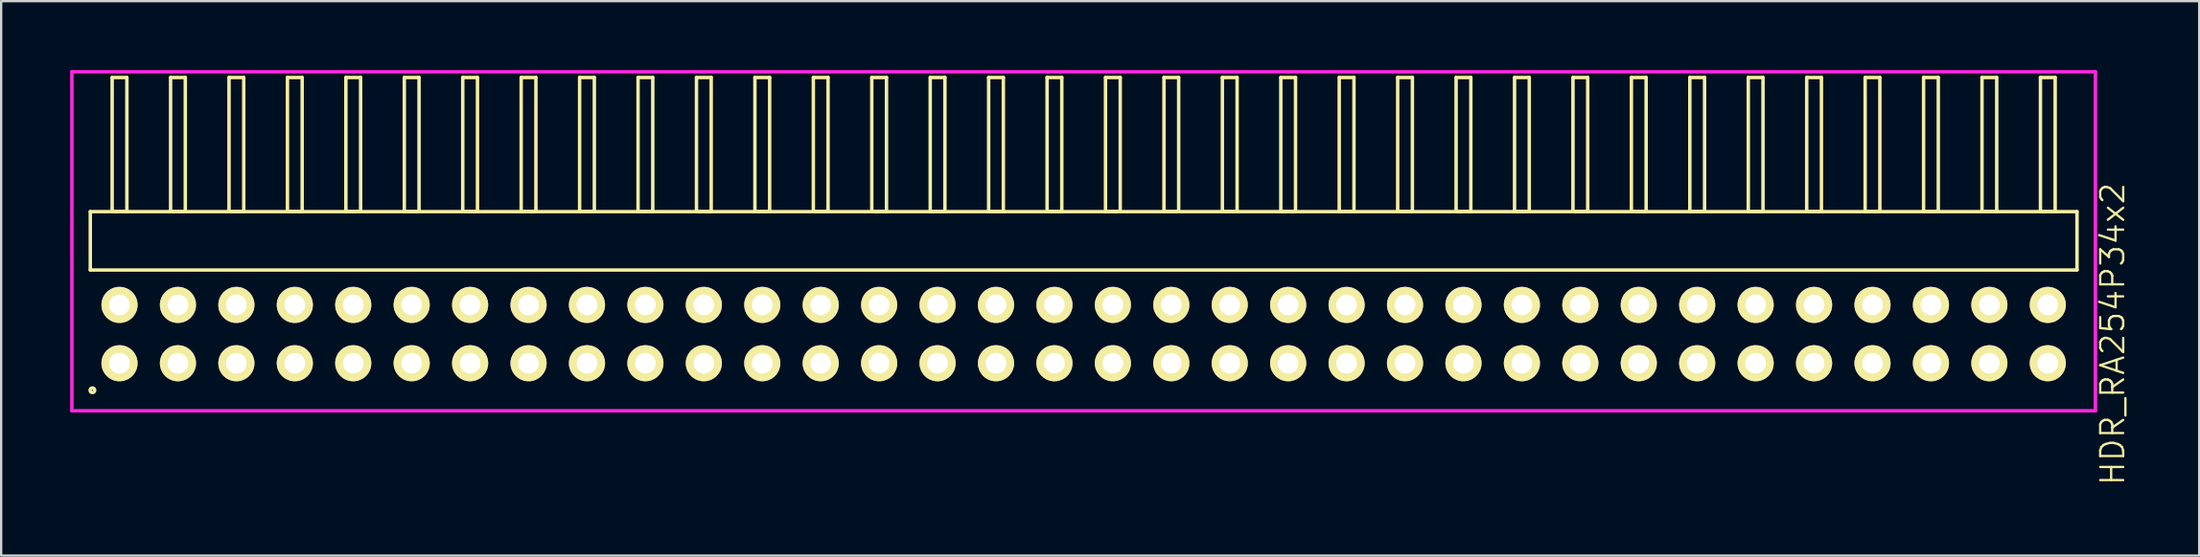
<source format=kicad_pcb>
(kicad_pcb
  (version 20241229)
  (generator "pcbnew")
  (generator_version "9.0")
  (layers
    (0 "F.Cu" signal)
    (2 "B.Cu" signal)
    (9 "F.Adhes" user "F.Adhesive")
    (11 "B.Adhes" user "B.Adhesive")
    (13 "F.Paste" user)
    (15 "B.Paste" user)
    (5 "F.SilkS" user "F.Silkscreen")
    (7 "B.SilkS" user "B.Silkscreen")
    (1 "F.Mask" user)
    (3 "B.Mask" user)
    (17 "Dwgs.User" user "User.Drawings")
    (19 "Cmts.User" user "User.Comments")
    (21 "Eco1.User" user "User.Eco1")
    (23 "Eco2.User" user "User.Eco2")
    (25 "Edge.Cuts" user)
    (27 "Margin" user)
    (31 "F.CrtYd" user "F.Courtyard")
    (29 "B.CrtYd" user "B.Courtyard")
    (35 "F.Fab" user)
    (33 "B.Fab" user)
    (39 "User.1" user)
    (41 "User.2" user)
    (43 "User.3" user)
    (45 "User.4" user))
  (footprint "HDR_RA254P34x2"
    (layer "F.Cu")
    (at 44.055 11.495)
    (property "Reference" "HDR_RA254P34x2" (at 44.73 0 90) (layer "F.SilkS") (effects (font (size 1 1) (thickness 0.1))))
    (attr through_hole)
    (fp_line (start -43.18 -5.33) (end -43.18 -2.79) (stroke (width 0.15) (type solid)) (layer "F.SilkS"))
    (fp_line (start -43.18 -2.79) (end 43.18 -2.79) (stroke (width 0.15) (type solid)) (layer "F.SilkS"))
    (fp_line (start -42.23 -11.17) (end -42.23 -5.33) (stroke (width 0.15) (type solid)) (layer "F.SilkS"))
    (fp_line (start -42.23 -5.33) (end -41.59 -5.33) (stroke (width 0.15) (type solid)) (layer "F.SilkS"))
    (fp_line (start -41.59 -11.17) (end -42.23 -11.17) (stroke (width 0.15) (type solid)) (layer "F.SilkS"))
    (fp_line (start -41.59 -5.33) (end -41.59 -11.17) (stroke (width 0.15) (type solid)) (layer "F.SilkS"))
    (fp_line (start -39.69 -11.17) (end -39.69 -5.33) (stroke (width 0.15) (type solid)) (layer "F.SilkS"))
    (fp_line (start -39.69 -5.33) (end -39.05 -5.33) (stroke (width 0.15) (type solid)) (layer "F.SilkS"))
    (fp_line (start -39.05 -11.17) (end -39.69 -11.17) (stroke (width 0.15) (type solid)) (layer "F.SilkS"))
    (fp_line (start -39.05 -5.33) (end -39.05 -11.17) (stroke (width 0.15) (type solid)) (layer "F.SilkS"))
    (fp_line (start -37.15 -11.17) (end -37.15 -5.33) (stroke (width 0.15) (type solid)) (layer "F.SilkS"))
    (fp_line (start -37.15 -5.33) (end -36.51 -5.33) (stroke (width 0.15) (type solid)) (layer "F.SilkS"))
    (fp_line (start -36.51 -11.17) (end -37.15 -11.17) (stroke (width 0.15) (type solid)) (layer "F.SilkS"))
    (fp_line (start -36.51 -5.33) (end -36.51 -11.17) (stroke (width 0.15) (type solid)) (layer "F.SilkS"))
    (fp_line (start -34.61 -11.17) (end -34.61 -5.33) (stroke (width 0.15) (type solid)) (layer "F.SilkS"))
    (fp_line (start -34.61 -5.33) (end -33.97 -5.33) (stroke (width 0.15) (type solid)) (layer "F.SilkS"))
    (fp_line (start -33.97 -11.17) (end -34.61 -11.17) (stroke (width 0.15) (type solid)) (layer "F.SilkS"))
    (fp_line (start -33.97 -5.33) (end -33.97 -11.17) (stroke (width 0.15) (type solid)) (layer "F.SilkS"))
    (fp_line (start -32.07 -11.17) (end -32.07 -5.33) (stroke (width 0.15) (type solid)) (layer "F.SilkS"))
    (fp_line (start -32.07 -5.33) (end -31.43 -5.33) (stroke (width 0.15) (type solid)) (layer "F.SilkS"))
    (fp_line (start -31.43 -11.17) (end -32.07 -11.17) (stroke (width 0.15) (type solid)) (layer "F.SilkS"))
    (fp_line (start -31.43 -5.33) (end -31.43 -11.17) (stroke (width 0.15) (type solid)) (layer "F.SilkS"))
    (fp_line (start -29.53 -11.17) (end -29.53 -5.33) (stroke (width 0.15) (type solid)) (layer "F.SilkS"))
    (fp_line (start -29.53 -5.33) (end -28.89 -5.33) (stroke (width 0.15) (type solid)) (layer "F.SilkS"))
    (fp_line (start -28.89 -11.17) (end -29.53 -11.17) (stroke (width 0.15) (type solid)) (layer "F.SilkS"))
    (fp_line (start -28.89 -5.33) (end -28.89 -11.17) (stroke (width 0.15) (type solid)) (layer "F.SilkS"))
    (fp_line (start -26.99 -11.17) (end -26.99 -5.33) (stroke (width 0.15) (type solid)) (layer "F.SilkS"))
    (fp_line (start -26.99 -5.33) (end -26.35 -5.33) (stroke (width 0.15) (type solid)) (layer "F.SilkS"))
    (fp_line (start -26.35 -11.17) (end -26.99 -11.17) (stroke (width 0.15) (type solid)) (layer "F.SilkS"))
    (fp_line (start -26.35 -5.33) (end -26.35 -11.17) (stroke (width 0.15) (type solid)) (layer "F.SilkS"))
    (fp_line (start -24.45 -11.17) (end -24.45 -5.33) (stroke (width 0.15) (type solid)) (layer "F.SilkS"))
    (fp_line (start -24.45 -5.33) (end -23.81 -5.33) (stroke (width 0.15) (type solid)) (layer "F.SilkS"))
    (fp_line (start -23.81 -11.17) (end -24.45 -11.17) (stroke (width 0.15) (type solid)) (layer "F.SilkS"))
    (fp_line (start -23.81 -5.33) (end -23.81 -11.17) (stroke (width 0.15) (type solid)) (layer "F.SilkS"))
    (fp_line (start -21.91 -11.17) (end -21.91 -5.33) (stroke (width 0.15) (type solid)) (layer "F.SilkS"))
    (fp_line (start -21.91 -5.33) (end -21.27 -5.33) (stroke (width 0.15) (type solid)) (layer "F.SilkS"))
    (fp_line (start -21.27 -11.17) (end -21.91 -11.17) (stroke (width 0.15) (type solid)) (layer "F.SilkS"))
    (fp_line (start -21.27 -5.33) (end -21.27 -11.17) (stroke (width 0.15) (type solid)) (layer "F.SilkS"))
    (fp_line (start -19.37 -11.17) (end -19.37 -5.33) (stroke (width 0.15) (type solid)) (layer "F.SilkS"))
    (fp_line (start -19.37 -5.33) (end -18.73 -5.33) (stroke (width 0.15) (type solid)) (layer "F.SilkS"))
    (fp_line (start -18.73 -11.17) (end -19.37 -11.17) (stroke (width 0.15) (type solid)) (layer "F.SilkS"))
    (fp_line (start -18.73 -5.33) (end -18.73 -11.17) (stroke (width 0.15) (type solid)) (layer "F.SilkS"))
    (fp_line (start -16.83 -11.17) (end -16.83 -5.33) (stroke (width 0.15) (type solid)) (layer "F.SilkS"))
    (fp_line (start -16.83 -5.33) (end -16.19 -5.33) (stroke (width 0.15) (type solid)) (layer "F.SilkS"))
    (fp_line (start -16.19 -11.17) (end -16.83 -11.17) (stroke (width 0.15) (type solid)) (layer "F.SilkS"))
    (fp_line (start -16.19 -5.33) (end -16.19 -11.17) (stroke (width 0.15) (type solid)) (layer "F.SilkS"))
    (fp_line (start -14.29 -11.17) (end -14.29 -5.33) (stroke (width 0.15) (type solid)) (layer "F.SilkS"))
    (fp_line (start -14.29 -5.33) (end -13.65 -5.33) (stroke (width 0.15) (type solid)) (layer "F.SilkS"))
    (fp_line (start -13.65 -11.17) (end -14.29 -11.17) (stroke (width 0.15) (type solid)) (layer "F.SilkS"))
    (fp_line (start -13.65 -5.33) (end -13.65 -11.17) (stroke (width 0.15) (type solid)) (layer "F.SilkS"))
    (fp_line (start -11.75 -11.17) (end -11.75 -5.33) (stroke (width 0.15) (type solid)) (layer "F.SilkS"))
    (fp_line (start -11.75 -5.33) (end -11.11 -5.33) (stroke (width 0.15) (type solid)) (layer "F.SilkS"))
    (fp_line (start -11.11 -11.17) (end -11.75 -11.17) (stroke (width 0.15) (type solid)) (layer "F.SilkS"))
    (fp_line (start -11.11 -5.33) (end -11.11 -11.17) (stroke (width 0.15) (type solid)) (layer "F.SilkS"))
    (fp_line (start -9.21 -11.17) (end -9.21 -5.33) (stroke (width 0.15) (type solid)) (layer "F.SilkS"))
    (fp_line (start -9.21 -5.33) (end -8.57 -5.33) (stroke (width 0.15) (type solid)) (layer "F.SilkS"))
    (fp_line (start -8.57 -11.17) (end -9.21 -11.17) (stroke (width 0.15) (type solid)) (layer "F.SilkS"))
    (fp_line (start -8.57 -5.33) (end -8.57 -11.17) (stroke (width 0.15) (type solid)) (layer "F.SilkS"))
    (fp_line (start -6.67 -11.17) (end -6.67 -5.33) (stroke (width 0.15) (type solid)) (layer "F.SilkS"))
    (fp_line (start -6.67 -5.33) (end -6.03 -5.33) (stroke (width 0.15) (type solid)) (layer "F.SilkS"))
    (fp_line (start -6.03 -11.17) (end -6.67 -11.17) (stroke (width 0.15) (type solid)) (layer "F.SilkS"))
    (fp_line (start -6.03 -5.33) (end -6.03 -11.17) (stroke (width 0.15) (type solid)) (layer "F.SilkS"))
    (fp_line (start -4.13 -11.17) (end -4.13 -5.33) (stroke (width 0.15) (type solid)) (layer "F.SilkS"))
    (fp_line (start -4.13 -5.33) (end -3.49 -5.33) (stroke (width 0.15) (type solid)) (layer "F.SilkS"))
    (fp_line (start -3.49 -11.17) (end -4.13 -11.17) (stroke (width 0.15) (type solid)) (layer "F.SilkS"))
    (fp_line (start -3.49 -5.33) (end -3.49 -11.17) (stroke (width 0.15) (type solid)) (layer "F.SilkS"))
    (fp_line (start -1.59 -11.17) (end -1.59 -5.33) (stroke (width 0.15) (type solid)) (layer "F.SilkS"))
    (fp_line (start -1.59 -5.33) (end -0.95 -5.33) (stroke (width 0.15) (type solid)) (layer "F.SilkS"))
    (fp_line (start -0.95 -11.17) (end -1.59 -11.17) (stroke (width 0.15) (type solid)) (layer "F.SilkS"))
    (fp_line (start -0.95 -5.33) (end -0.95 -11.17) (stroke (width 0.15) (type solid)) (layer "F.SilkS"))
    (fp_line (start 0.95 -11.17) (end 0.95 -5.33) (stroke (width 0.15) (type solid)) (layer "F.SilkS"))
    (fp_line (start 0.95 -5.33) (end 1.59 -5.33) (stroke (width 0.15) (type solid)) (layer "F.SilkS"))
    (fp_line (start 1.59 -11.17) (end 0.95 -11.17) (stroke (width 0.15) (type solid)) (layer "F.SilkS"))
    (fp_line (start 1.59 -5.33) (end 1.59 -11.17) (stroke (width 0.15) (type solid)) (layer "F.SilkS"))
    (fp_line (start 3.49 -11.17) (end 3.49 -5.33) (stroke (width 0.15) (type solid)) (layer "F.SilkS"))
    (fp_line (start 3.49 -5.33) (end 4.13 -5.33) (stroke (width 0.15) (type solid)) (layer "F.SilkS"))
    (fp_line (start 4.13 -11.17) (end 3.49 -11.17) (stroke (width 0.15) (type solid)) (layer "F.SilkS"))
    (fp_line (start 4.13 -5.33) (end 4.13 -11.17) (stroke (width 0.15) (type solid)) (layer "F.SilkS"))
    (fp_line (start 6.03 -11.17) (end 6.03 -5.33) (stroke (width 0.15) (type solid)) (layer "F.SilkS"))
    (fp_line (start 6.03 -5.33) (end 6.67 -5.33) (stroke (width 0.15) (type solid)) (layer "F.SilkS"))
    (fp_line (start 6.67 -11.17) (end 6.03 -11.17) (stroke (width 0.15) (type solid)) (layer "F.SilkS"))
    (fp_line (start 6.67 -5.33) (end 6.67 -11.17) (stroke (width 0.15) (type solid)) (layer "F.SilkS"))
    (fp_line (start 8.57 -11.17) (end 8.57 -5.33) (stroke (width 0.15) (type solid)) (layer "F.SilkS"))
    (fp_line (start 8.57 -5.33) (end 9.21 -5.33) (stroke (width 0.15) (type solid)) (layer "F.SilkS"))
    (fp_line (start 9.21 -11.17) (end 8.57 -11.17) (stroke (width 0.15) (type solid)) (layer "F.SilkS"))
    (fp_line (start 9.21 -5.33) (end 9.21 -11.17) (stroke (width 0.15) (type solid)) (layer "F.SilkS"))
    (fp_line (start 11.11 -11.17) (end 11.11 -5.33) (stroke (width 0.15) (type solid)) (layer "F.SilkS"))
    (fp_line (start 11.11 -5.33) (end 11.75 -5.33) (stroke (width 0.15) (type solid)) (layer "F.SilkS"))
    (fp_line (start 11.75 -11.17) (end 11.11 -11.17) (stroke (width 0.15) (type solid)) (layer "F.SilkS"))
    (fp_line (start 11.75 -5.33) (end 11.75 -11.17) (stroke (width 0.15) (type solid)) (layer "F.SilkS"))
    (fp_line (start 13.65 -11.17) (end 13.65 -5.33) (stroke (width 0.15) (type solid)) (layer "F.SilkS"))
    (fp_line (start 13.65 -5.33) (end 14.29 -5.33) (stroke (width 0.15) (type solid)) (layer "F.SilkS"))
    (fp_line (start 14.29 -11.17) (end 13.65 -11.17) (stroke (width 0.15) (type solid)) (layer "F.SilkS"))
    (fp_line (start 14.29 -5.33) (end 14.29 -11.17) (stroke (width 0.15) (type solid)) (layer "F.SilkS"))
    (fp_line (start 16.19 -11.17) (end 16.19 -5.33) (stroke (width 0.15) (type solid)) (layer "F.SilkS"))
    (fp_line (start 16.19 -5.33) (end 16.83 -5.33) (stroke (width 0.15) (type solid)) (layer "F.SilkS"))
    (fp_line (start 16.83 -11.17) (end 16.19 -11.17) (stroke (width 0.15) (type solid)) (layer "F.SilkS"))
    (fp_line (start 16.83 -5.33) (end 16.83 -11.17) (stroke (width 0.15) (type solid)) (layer "F.SilkS"))
    (fp_line (start 18.73 -11.17) (end 18.73 -5.33) (stroke (width 0.15) (type solid)) (layer "F.SilkS"))
    (fp_line (start 18.73 -5.33) (end 19.37 -5.33) (stroke (width 0.15) (type solid)) (layer "F.SilkS"))
    (fp_line (start 19.37 -11.17) (end 18.73 -11.17) (stroke (width 0.15) (type solid)) (layer "F.SilkS"))
    (fp_line (start 19.37 -5.33) (end 19.37 -11.17) (stroke (width 0.15) (type solid)) (layer "F.SilkS"))
    (fp_line (start 21.27 -11.17) (end 21.27 -5.33) (stroke (width 0.15) (type solid)) (layer "F.SilkS"))
    (fp_line (start 21.27 -5.33) (end 21.91 -5.33) (stroke (width 0.15) (type solid)) (layer "F.SilkS"))
    (fp_line (start 21.91 -11.17) (end 21.27 -11.17) (stroke (width 0.15) (type solid)) (layer "F.SilkS"))
    (fp_line (start 21.91 -5.33) (end 21.91 -11.17) (stroke (width 0.15) (type solid)) (layer "F.SilkS"))
    (fp_line (start 23.81 -11.17) (end 23.81 -5.33) (stroke (width 0.15) (type solid)) (layer "F.SilkS"))
    (fp_line (start 23.81 -5.33) (end 24.45 -5.33) (stroke (width 0.15) (type solid)) (layer "F.SilkS"))
    (fp_line (start 24.45 -11.17) (end 23.81 -11.17) (stroke (width 0.15) (type solid)) (layer "F.SilkS"))
    (fp_line (start 24.45 -5.33) (end 24.45 -11.17) (stroke (width 0.15) (type solid)) (layer "F.SilkS"))
    (fp_line (start 26.35 -11.17) (end 26.35 -5.33) (stroke (width 0.15) (type solid)) (layer "F.SilkS"))
    (fp_line (start 26.35 -5.33) (end 26.99 -5.33) (stroke (width 0.15) (type solid)) (layer "F.SilkS"))
    (fp_line (start 26.99 -11.17) (end 26.35 -11.17) (stroke (width 0.15) (type solid)) (layer "F.SilkS"))
    (fp_line (start 26.99 -5.33) (end 26.99 -11.17) (stroke (width 0.15) (type solid)) (layer "F.SilkS"))
    (fp_line (start 28.89 -11.17) (end 28.89 -5.33) (stroke (width 0.15) (type solid)) (layer "F.SilkS"))
    (fp_line (start 28.89 -5.33) (end 29.53 -5.33) (stroke (width 0.15) (type solid)) (layer "F.SilkS"))
    (fp_line (start 29.53 -11.17) (end 28.89 -11.17) (stroke (width 0.15) (type solid)) (layer "F.SilkS"))
    (fp_line (start 29.53 -5.33) (end 29.53 -11.17) (stroke (width 0.15) (type solid)) (layer "F.SilkS"))
    (fp_line (start 31.43 -11.17) (end 31.43 -5.33) (stroke (width 0.15) (type solid)) (layer "F.SilkS"))
    (fp_line (start 31.43 -5.33) (end 32.07 -5.33) (stroke (width 0.15) (type solid)) (layer "F.SilkS"))
    (fp_line (start 32.07 -11.17) (end 31.43 -11.17) (stroke (width 0.15) (type solid)) (layer "F.SilkS"))
    (fp_line (start 32.07 -5.33) (end 32.07 -11.17) (stroke (width 0.15) (type solid)) (layer "F.SilkS"))
    (fp_line (start 33.97 -11.17) (end 33.97 -5.33) (stroke (width 0.15) (type solid)) (layer "F.SilkS"))
    (fp_line (start 33.97 -5.33) (end 34.61 -5.33) (stroke (width 0.15) (type solid)) (layer "F.SilkS"))
    (fp_line (start 34.61 -11.17) (end 33.97 -11.17) (stroke (width 0.15) (type solid)) (layer "F.SilkS"))
    (fp_line (start 34.61 -5.33) (end 34.61 -11.17) (stroke (width 0.15) (type solid)) (layer "F.SilkS"))
    (fp_line (start 36.51 -11.17) (end 36.51 -5.33) (stroke (width 0.15) (type solid)) (layer "F.SilkS"))
    (fp_line (start 36.51 -5.33) (end 37.15 -5.33) (stroke (width 0.15) (type solid)) (layer "F.SilkS"))
    (fp_line (start 37.15 -11.17) (end 36.51 -11.17) (stroke (width 0.15) (type solid)) (layer "F.SilkS"))
    (fp_line (start 37.15 -5.33) (end 37.15 -11.17) (stroke (width 0.15) (type solid)) (layer "F.SilkS"))
    (fp_line (start 39.05 -11.17) (end 39.05 -5.33) (stroke (width 0.15) (type solid)) (layer "F.SilkS"))
    (fp_line (start 39.05 -5.33) (end 39.69 -5.33) (stroke (width 0.15) (type solid)) (layer "F.SilkS"))
    (fp_line (start 39.69 -11.17) (end 39.05 -11.17) (stroke (width 0.15) (type solid)) (layer "F.SilkS"))
    (fp_line (start 39.69 -5.33) (end 39.69 -11.17) (stroke (width 0.15) (type solid)) (layer "F.SilkS"))
    (fp_line (start 41.59 -11.17) (end 41.59 -5.33) (stroke (width 0.15) (type solid)) (layer "F.SilkS"))
    (fp_line (start 41.59 -5.33) (end 42.23 -5.33) (stroke (width 0.15) (type solid)) (layer "F.SilkS"))
    (fp_line (start 42.23 -11.17) (end 41.59 -11.17) (stroke (width 0.15) (type solid)) (layer "F.SilkS"))
    (fp_line (start 42.23 -5.33) (end 42.23 -11.17) (stroke (width 0.15) (type solid)) (layer "F.SilkS"))
    (fp_line (start 43.18 -5.33) (end -43.18 -5.33) (stroke (width 0.15) (type solid)) (layer "F.SilkS"))
    (fp_line (start 43.18 -2.79) (end 43.18 -5.33) (stroke (width 0.15) (type solid)) (layer "F.SilkS"))
    (fp_circle (center -43.088 2.448) (end -42.988 2.448) (stroke (width 0.15) (type solid)) (fill no) (layer "F.SilkS"))
    (fp_line (start -43.98 -11.42) (end -43.98 3.34) (stroke (width 0.15) (type solid)) (layer "F.CrtYd"))
    (fp_line (start -43.98 3.34) (end 43.98 3.34) (stroke (width 0.15) (type solid)) (layer "F.CrtYd"))
    (fp_line (start 43.98 -11.42) (end -43.98 -11.42) (stroke (width 0.15) (type solid)) (layer "F.CrtYd"))
    (fp_line (start 43.98 3.34) (end 43.98 -11.42) (stroke (width 0.15) (type solid)) (layer "F.CrtYd"))
    (pad "1" thru_hole oval (at -41.91 1.27) (size 1.57 1.57) (drill 0.9) (layers "*.Cu" "*.Mask" "F.SilkS"))
    (pad "2" thru_hole oval (at -41.91 -1.27) (size 1.57 1.57) (drill 0.9) (layers "*.Cu" "*.Mask" "F.SilkS"))
    (pad "3" thru_hole oval (at -39.37 1.27) (size 1.57 1.57) (drill 0.9) (layers "*.Cu" "*.Mask" "F.SilkS"))
    (pad "4" thru_hole oval (at -39.37 -1.27) (size 1.57 1.57) (drill 0.9) (layers "*.Cu" "*.Mask" "F.SilkS"))
    (pad "5" thru_hole oval (at -36.83 1.27) (size 1.57 1.57) (drill 0.9) (layers "*.Cu" "*.Mask" "F.SilkS"))
    (pad "6" thru_hole oval (at -36.83 -1.27) (size 1.57 1.57) (drill 0.9) (layers "*.Cu" "*.Mask" "F.SilkS"))
    (pad "7" thru_hole oval (at -34.29 1.27) (size 1.57 1.57) (drill 0.9) (layers "*.Cu" "*.Mask" "F.SilkS"))
    (pad "8" thru_hole oval (at -34.29 -1.27) (size 1.57 1.57) (drill 0.9) (layers "*.Cu" "*.Mask" "F.SilkS"))
    (pad "9" thru_hole oval (at -31.75 1.27) (size 1.57 1.57) (drill 0.9) (layers "*.Cu" "*.Mask" "F.SilkS"))
    (pad "10" thru_hole oval (at -31.75 -1.27) (size 1.57 1.57) (drill 0.9) (layers "*.Cu" "*.Mask" "F.SilkS"))
    (pad "11" thru_hole oval (at -29.21 1.27) (size 1.57 1.57) (drill 0.9) (layers "*.Cu" "*.Mask" "F.SilkS"))
    (pad "12" thru_hole oval (at -29.21 -1.27) (size 1.57 1.57) (drill 0.9) (layers "*.Cu" "*.Mask" "F.SilkS"))
    (pad "13" thru_hole oval (at -26.67 1.27) (size 1.57 1.57) (drill 0.9) (layers "*.Cu" "*.Mask" "F.SilkS"))
    (pad "14" thru_hole oval (at -26.67 -1.27) (size 1.57 1.57) (drill 0.9) (layers "*.Cu" "*.Mask" "F.SilkS"))
    (pad "15" thru_hole oval (at -24.13 1.27) (size 1.57 1.57) (drill 0.9) (layers "*.Cu" "*.Mask" "F.SilkS"))
    (pad "16" thru_hole oval (at -24.13 -1.27) (size 1.57 1.57) (drill 0.9) (layers "*.Cu" "*.Mask" "F.SilkS"))
    (pad "17" thru_hole oval (at -21.59 1.27) (size 1.57 1.57) (drill 0.9) (layers "*.Cu" "*.Mask" "F.SilkS"))
    (pad "18" thru_hole oval (at -21.59 -1.27) (size 1.57 1.57) (drill 0.9) (layers "*.Cu" "*.Mask" "F.SilkS"))
    (pad "19" thru_hole oval (at -19.05 1.27) (size 1.57 1.57) (drill 0.9) (layers "*.Cu" "*.Mask" "F.SilkS"))
    (pad "20" thru_hole oval (at -19.05 -1.27) (size 1.57 1.57) (drill 0.9) (layers "*.Cu" "*.Mask" "F.SilkS"))
    (pad "21" thru_hole oval (at -16.51 1.27) (size 1.57 1.57) (drill 0.9) (layers "*.Cu" "*.Mask" "F.SilkS"))
    (pad "22" thru_hole oval (at -16.51 -1.27) (size 1.57 1.57) (drill 0.9) (layers "*.Cu" "*.Mask" "F.SilkS"))
    (pad "23" thru_hole oval (at -13.97 1.27) (size 1.57 1.57) (drill 0.9) (layers "*.Cu" "*.Mask" "F.SilkS"))
    (pad "24" thru_hole oval (at -13.97 -1.27) (size 1.57 1.57) (drill 0.9) (layers "*.Cu" "*.Mask" "F.SilkS"))
    (pad "25" thru_hole oval (at -11.43 1.27) (size 1.57 1.57) (drill 0.9) (layers "*.Cu" "*.Mask" "F.SilkS"))
    (pad "26" thru_hole oval (at -11.43 -1.27) (size 1.57 1.57) (drill 0.9) (layers "*.Cu" "*.Mask" "F.SilkS"))
    (pad "27" thru_hole oval (at -8.89 1.27) (size 1.57 1.57) (drill 0.9) (layers "*.Cu" "*.Mask" "F.SilkS"))
    (pad "28" thru_hole oval (at -8.89 -1.27) (size 1.57 1.57) (drill 0.9) (layers "*.Cu" "*.Mask" "F.SilkS"))
    (pad "29" thru_hole oval (at -6.35 1.27) (size 1.57 1.57) (drill 0.9) (layers "*.Cu" "*.Mask" "F.SilkS"))
    (pad "30" thru_hole oval (at -6.35 -1.27) (size 1.57 1.57) (drill 0.9) (layers "*.Cu" "*.Mask" "F.SilkS"))
    (pad "31" thru_hole oval (at -3.81 1.27) (size 1.57 1.57) (drill 0.9) (layers "*.Cu" "*.Mask" "F.SilkS"))
    (pad "32" thru_hole oval (at -3.81 -1.27) (size 1.57 1.57) (drill 0.9) (layers "*.Cu" "*.Mask" "F.SilkS"))
    (pad "33" thru_hole oval (at -1.27 1.27) (size 1.57 1.57) (drill 0.9) (layers "*.Cu" "*.Mask" "F.SilkS"))
    (pad "34" thru_hole oval (at -1.27 -1.27) (size 1.57 1.57) (drill 0.9) (layers "*.Cu" "*.Mask" "F.SilkS"))
    (pad "35" thru_hole oval (at 1.27 1.27) (size 1.57 1.57) (drill 0.9) (layers "*.Cu" "*.Mask" "F.SilkS"))
    (pad "36" thru_hole oval (at 1.27 -1.27) (size 1.57 1.57) (drill 0.9) (layers "*.Cu" "*.Mask" "F.SilkS"))
    (pad "37" thru_hole oval (at 3.81 1.27) (size 1.57 1.57) (drill 0.9) (layers "*.Cu" "*.Mask" "F.SilkS"))
    (pad "38" thru_hole oval (at 3.81 -1.27) (size 1.57 1.57) (drill 0.9) (layers "*.Cu" "*.Mask" "F.SilkS"))
    (pad "39" thru_hole oval (at 6.35 1.27) (size 1.57 1.57) (drill 0.9) (layers "*.Cu" "*.Mask" "F.SilkS"))
    (pad "40" thru_hole oval (at 6.35 -1.27) (size 1.57 1.57) (drill 0.9) (layers "*.Cu" "*.Mask" "F.SilkS"))
    (pad "41" thru_hole oval (at 8.89 1.27) (size 1.57 1.57) (drill 0.9) (layers "*.Cu" "*.Mask" "F.SilkS"))
    (pad "42" thru_hole oval (at 8.89 -1.27) (size 1.57 1.57) (drill 0.9) (layers "*.Cu" "*.Mask" "F.SilkS"))
    (pad "43" thru_hole oval (at 11.43 1.27) (size 1.57 1.57) (drill 0.9) (layers "*.Cu" "*.Mask" "F.SilkS"))
    (pad "44" thru_hole oval (at 11.43 -1.27) (size 1.57 1.57) (drill 0.9) (layers "*.Cu" "*.Mask" "F.SilkS"))
    (pad "45" thru_hole oval (at 13.97 1.27) (size 1.57 1.57) (drill 0.9) (layers "*.Cu" "*.Mask" "F.SilkS"))
    (pad "46" thru_hole oval (at 13.97 -1.27) (size 1.57 1.57) (drill 0.9) (layers "*.Cu" "*.Mask" "F.SilkS"))
    (pad "47" thru_hole oval (at 16.51 1.27) (size 1.57 1.57) (drill 0.9) (layers "*.Cu" "*.Mask" "F.SilkS"))
    (pad "48" thru_hole oval (at 16.51 -1.27) (size 1.57 1.57) (drill 0.9) (layers "*.Cu" "*.Mask" "F.SilkS"))
    (pad "49" thru_hole oval (at 19.05 1.27) (size 1.57 1.57) (drill 0.9) (layers "*.Cu" "*.Mask" "F.SilkS"))
    (pad "50" thru_hole oval (at 19.05 -1.27) (size 1.57 1.57) (drill 0.9) (layers "*.Cu" "*.Mask" "F.SilkS"))
    (pad "51" thru_hole oval (at 21.59 1.27) (size 1.57 1.57) (drill 0.9) (layers "*.Cu" "*.Mask" "F.SilkS"))
    (pad "52" thru_hole oval (at 21.59 -1.27) (size 1.57 1.57) (drill 0.9) (layers "*.Cu" "*.Mask" "F.SilkS"))
    (pad "53" thru_hole oval (at 24.13 1.27) (size 1.57 1.57) (drill 0.9) (layers "*.Cu" "*.Mask" "F.SilkS"))
    (pad "54" thru_hole oval (at 24.13 -1.27) (size 1.57 1.57) (drill 0.9) (layers "*.Cu" "*.Mask" "F.SilkS"))
    (pad "55" thru_hole oval (at 26.67 1.27) (size 1.57 1.57) (drill 0.9) (layers "*.Cu" "*.Mask" "F.SilkS"))
    (pad "56" thru_hole oval (at 26.67 -1.27) (size 1.57 1.57) (drill 0.9) (layers "*.Cu" "*.Mask" "F.SilkS"))
    (pad "57" thru_hole oval (at 29.21 1.27) (size 1.57 1.57) (drill 0.9) (layers "*.Cu" "*.Mask" "F.SilkS"))
    (pad "58" thru_hole oval (at 29.21 -1.27) (size 1.57 1.57) (drill 0.9) (layers "*.Cu" "*.Mask" "F.SilkS"))
    (pad "59" thru_hole oval (at 31.75 1.27) (size 1.57 1.57) (drill 0.9) (layers "*.Cu" "*.Mask" "F.SilkS"))
    (pad "60" thru_hole oval (at 31.75 -1.27) (size 1.57 1.57) (drill 0.9) (layers "*.Cu" "*.Mask" "F.SilkS"))
    (pad "61" thru_hole oval (at 34.29 1.27) (size 1.57 1.57) (drill 0.9) (layers "*.Cu" "*.Mask" "F.SilkS"))
    (pad "62" thru_hole oval (at 34.29 -1.27) (size 1.57 1.57) (drill 0.9) (layers "*.Cu" "*.Mask" "F.SilkS"))
    (pad "63" thru_hole oval (at 36.83 1.27) (size 1.57 1.57) (drill 0.9) (layers "*.Cu" "*.Mask" "F.SilkS"))
    (pad "64" thru_hole oval (at 36.83 -1.27) (size 1.57 1.57) (drill 0.9) (layers "*.Cu" "*.Mask" "F.SilkS"))
    (pad "65" thru_hole oval (at 39.37 1.27) (size 1.57 1.57) (drill 0.9) (layers "*.Cu" "*.Mask" "F.SilkS"))
    (pad "66" thru_hole oval (at 39.37 -1.27) (size 1.57 1.57) (drill 0.9) (layers "*.Cu" "*.Mask" "F.SilkS"))
    (pad "67" thru_hole oval (at 41.91 1.27) (size 1.57 1.57) (drill 0.9) (layers "*.Cu" "*.Mask" "F.SilkS"))
    (pad "68" thru_hole oval (at 41.91 -1.27) (size 1.57 1.57) (drill 0.9) (layers "*.Cu" "*.Mask" "F.SilkS")))
  (gr_rect
    (start -3 -3)
    (end 92.546 21.14)
    (stroke (width 0.1) (type default))
    (fill no)
    (layer "Edge.Cuts")))
</source>
